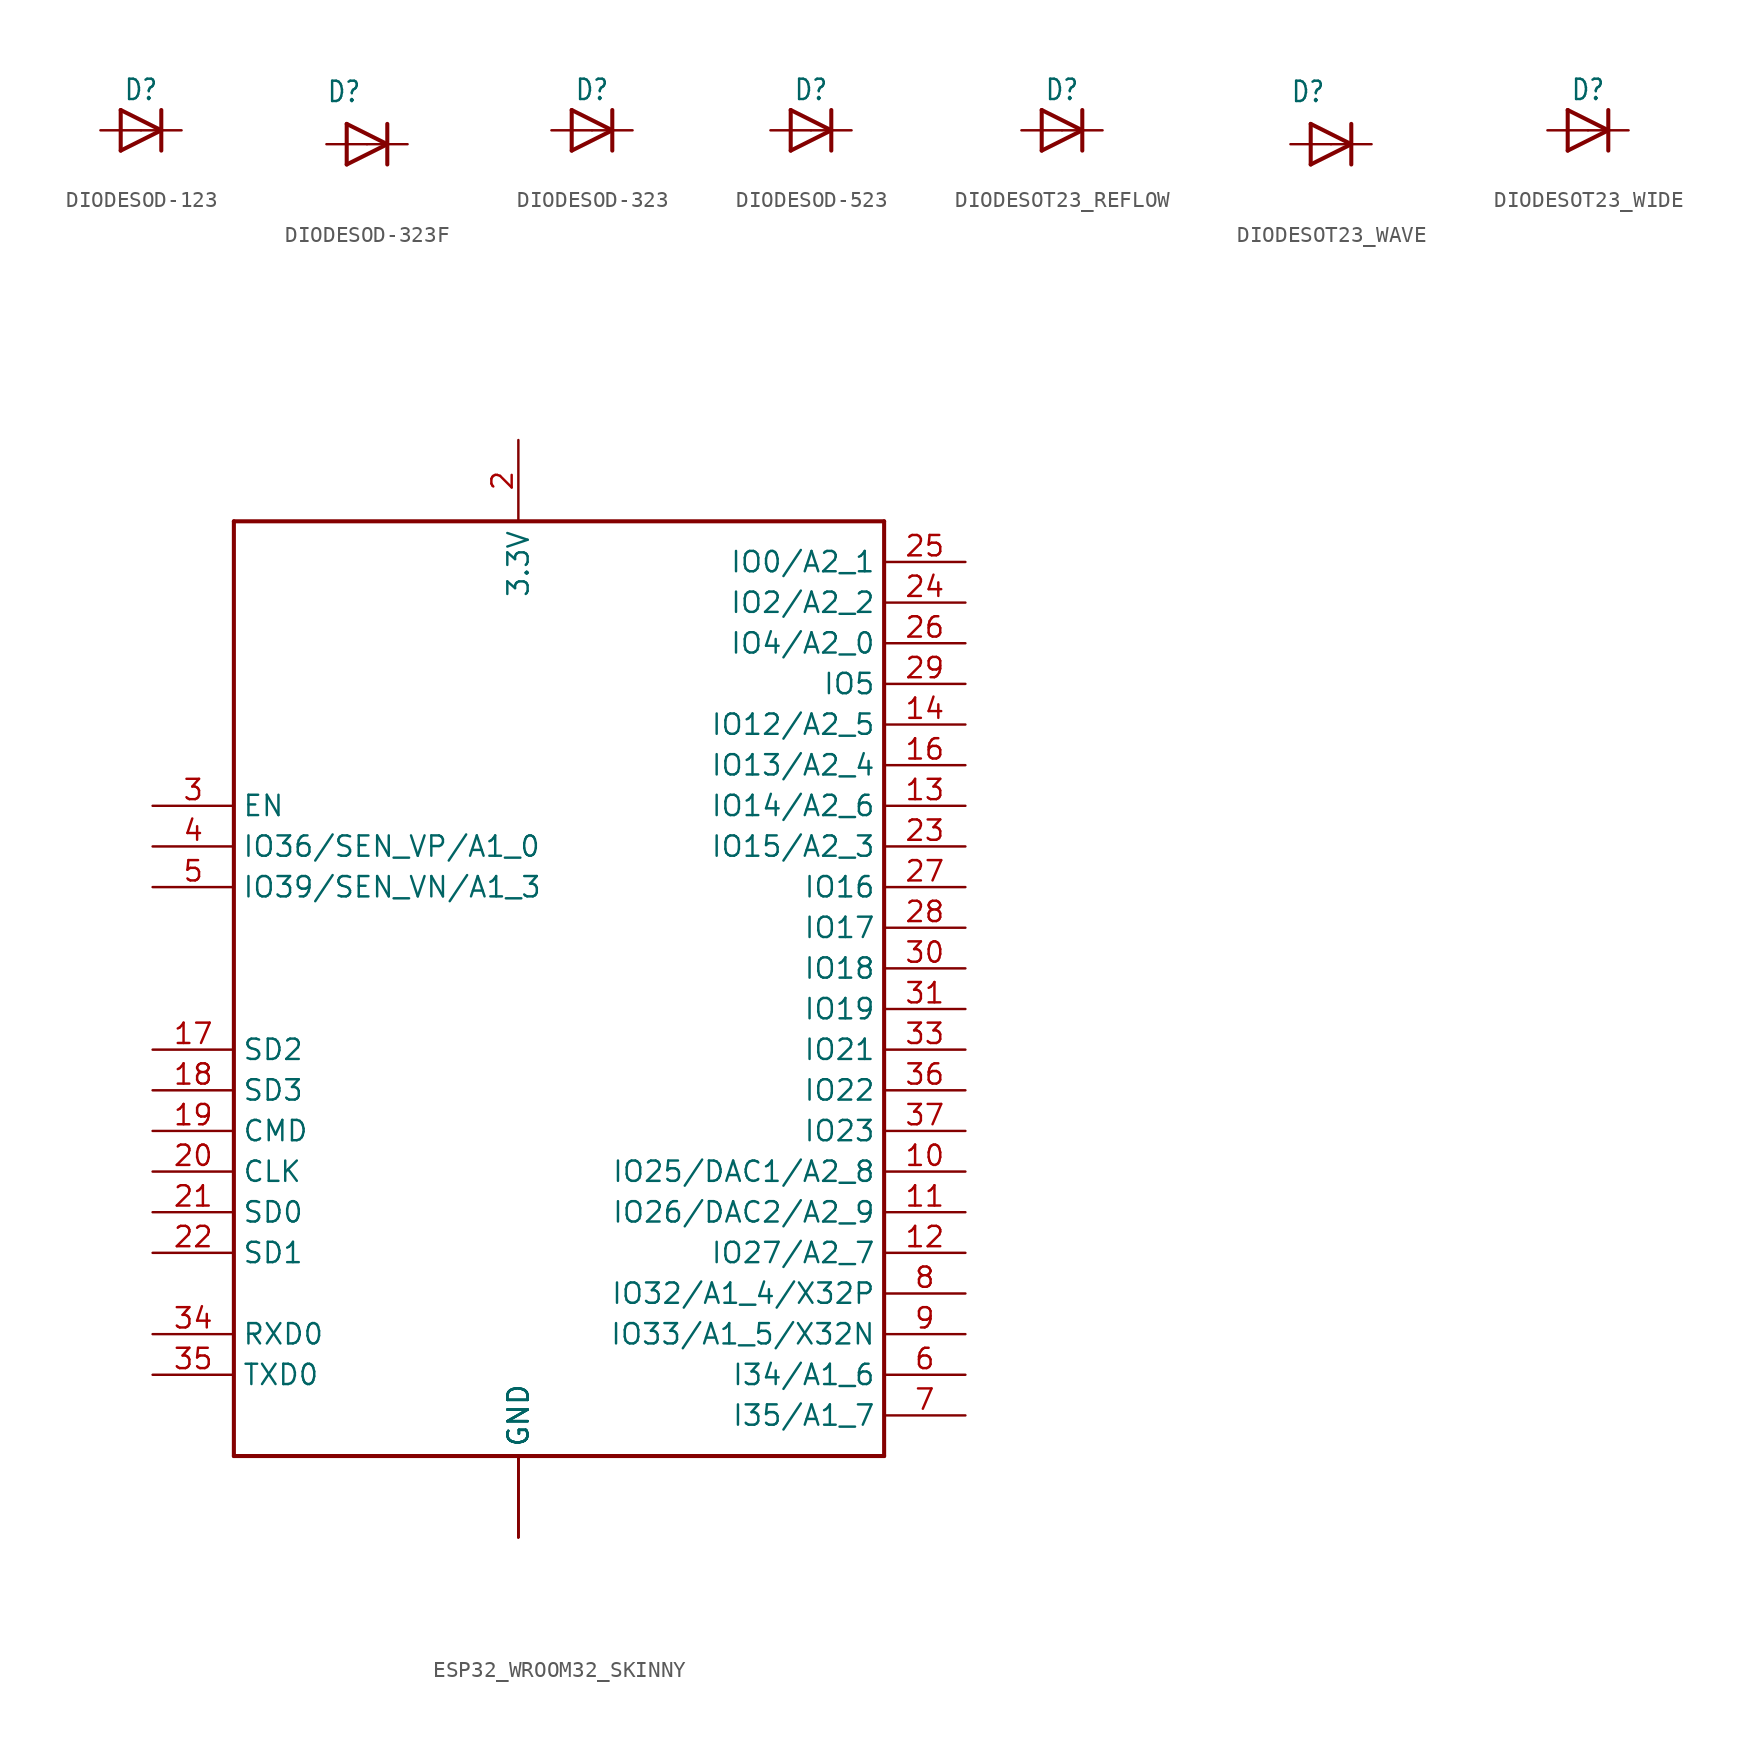
<source format=kicad_sym>
(kicad_symbol_lib
  (version 20220914)
  (generator kicad_symbol_editor)
  (symbol "DIODESOD-123"
    (property "Reference" "D"
      (at 0 2.54 0)
      (effects (font (size 1.27 1.079))))
    (property "Value" ""
      (at 0 -2.5 0)
      (effects (font (size 1.27 1.079))))
    (property "ki_locked" ""
      (at 0 0 0)
      (effects (font (size 1.27 1.27))))
    (symbol "DIODESOD-123_1_0"
      (polyline (pts (xy -1.27 -1.27) (xy 1.27 0)) (stroke (width 0.254) (type solid)) (fill (type none)))
      (polyline (pts (xy -1.27 1.27) (xy -1.27 -1.27)) (stroke (width 0.254) (type solid)) (fill (type none)))
      (polyline (pts (xy 1.27 0) (xy -1.27 1.27)) (stroke (width 0.254) (type solid)) (fill (type none)))
      (polyline (pts (xy 1.27 0) (xy 1.27 -1.27)) (stroke (width 0.254) (type solid)) (fill (type none)))
      (polyline (pts (xy 1.27 1.27) (xy 1.27 0)) (stroke (width 0.254) (type solid)) (fill (type none)))
      (pin passive line (at -2.54 0 0) (length 2.54) (name "A" (effects (font (size 0 0)))) (number "A" (effects (font (size 0 0)))))
      (pin passive line (at 2.54 0 180) (length 2.54) (name "C" (effects (font (size 0 0)))) (number "C" (effects (font (size 0 0)))))))
  (symbol "DIODESOD-323F"
    (property "Reference" "D"
      (at -2.54 2.54 0)
      (effects (font (size 1.27 1.079)) (justify left bottom)))
    (property "Value" ""
      (at -2.54 -3.81 0)
      (effects (font (size 1.27 1.079)) (justify left bottom)))
    (property "ki_locked" ""
      (at 0 0 0)
      (effects (font (size 1.27 1.27))))
    (symbol "DIODESOD-323F_1_0"
      (polyline (pts (xy -1.27 -1.27) (xy 1.27 0)) (stroke (width 0.254) (type solid)) (fill (type none)))
      (polyline (pts (xy -1.27 1.27) (xy -1.27 -1.27)) (stroke (width 0.254) (type solid)) (fill (type none)))
      (polyline (pts (xy 1.27 0) (xy -1.27 1.27)) (stroke (width 0.254) (type solid)) (fill (type none)))
      (polyline (pts (xy 1.27 0) (xy 1.27 -1.27)) (stroke (width 0.254) (type solid)) (fill (type none)))
      (polyline (pts (xy 1.27 1.27) (xy 1.27 0)) (stroke (width 0.254) (type solid)) (fill (type none)))
      (pin passive line (at -2.54 0 0) (length 2.54) (name "A" (effects (font (size 0 0)))) (number "A" (effects (font (size 0 0)))))
      (pin passive line (at 2.54 0 180) (length 2.54) (name "C" (effects (font (size 0 0)))) (number "C" (effects (font (size 0 0)))))))
  (symbol "DIODESOD-323"
    (property "Reference" "D"
      (at 0 2.54 0)
      (effects (font (size 1.27 1.079))))
    (property "Value" ""
      (at 0 -2.5 0)
      (effects (font (size 1.27 1.079))))
    (property "ki_locked" ""
      (at 0 0 0)
      (effects (font (size 1.27 1.27))))
    (symbol "DIODESOD-323_1_0"
      (polyline (pts (xy -1.27 -1.27) (xy 1.27 0)) (stroke (width 0.254) (type solid)) (fill (type none)))
      (polyline (pts (xy -1.27 1.27) (xy -1.27 -1.27)) (stroke (width 0.254) (type solid)) (fill (type none)))
      (polyline (pts (xy 1.27 0) (xy -1.27 1.27)) (stroke (width 0.254) (type solid)) (fill (type none)))
      (polyline (pts (xy 1.27 0) (xy 1.27 -1.27)) (stroke (width 0.254) (type solid)) (fill (type none)))
      (polyline (pts (xy 1.27 1.27) (xy 1.27 0)) (stroke (width 0.254) (type solid)) (fill (type none)))
      (pin passive line (at -2.54 0 0) (length 2.54) (name "A" (effects (font (size 0 0)))) (number "A" (effects (font (size 0 0)))))
      (pin passive line (at 2.54 0 180) (length 2.54) (name "C" (effects (font (size 0 0)))) (number "C" (effects (font (size 0 0)))))))
  (symbol "DIODESOD-523"
    (property "Reference" "D"
      (at 0 2.54 0)
      (effects (font (size 1.27 1.079))))
    (property "Value" ""
      (at 0 -2.5 0)
      (effects (font (size 1.27 1.079))))
    (property "ki_locked" ""
      (at 0 0 0)
      (effects (font (size 1.27 1.27))))
    (symbol "DIODESOD-523_1_0"
      (polyline (pts (xy -1.27 -1.27) (xy 1.27 0)) (stroke (width 0.254) (type solid)) (fill (type none)))
      (polyline (pts (xy -1.27 1.27) (xy -1.27 -1.27)) (stroke (width 0.254) (type solid)) (fill (type none)))
      (polyline (pts (xy 1.27 0) (xy -1.27 1.27)) (stroke (width 0.254) (type solid)) (fill (type none)))
      (polyline (pts (xy 1.27 0) (xy 1.27 -1.27)) (stroke (width 0.254) (type solid)) (fill (type none)))
      (polyline (pts (xy 1.27 1.27) (xy 1.27 0)) (stroke (width 0.254) (type solid)) (fill (type none)))
      (pin passive line (at -2.54 0 0) (length 2.54) (name "A" (effects (font (size 0 0)))) (number "A" (effects (font (size 0 0)))))
      (pin passive line (at 2.54 0 180) (length 2.54) (name "C" (effects (font (size 0 0)))) (number "K" (effects (font (size 0 0)))))))
  (symbol "DIODESOT23_REFLOW"
    (property "Reference" "D"
      (at 0 2.54 0)
      (effects (font (size 1.27 1.079))))
    (property "Value" ""
      (at 0 -2.5 0)
      (effects (font (size 1.27 1.079))))
    (property "ki_locked" ""
      (at 0 0 0)
      (effects (font (size 1.27 1.27))))
    (symbol "DIODESOT23_REFLOW_1_0"
      (polyline (pts (xy -1.27 -1.27) (xy 1.27 0)) (stroke (width 0.254) (type solid)) (fill (type none)))
      (polyline (pts (xy -1.27 1.27) (xy -1.27 -1.27)) (stroke (width 0.254) (type solid)) (fill (type none)))
      (polyline (pts (xy 1.27 0) (xy -1.27 1.27)) (stroke (width 0.254) (type solid)) (fill (type none)))
      (polyline (pts (xy 1.27 0) (xy 1.27 -1.27)) (stroke (width 0.254) (type solid)) (fill (type none)))
      (polyline (pts (xy 1.27 1.27) (xy 1.27 0)) (stroke (width 0.254) (type solid)) (fill (type none)))
      (pin passive line (at -2.54 0 0) (length 2.54) (name "A" (effects (font (size 0 0)))) (number "1" (effects (font (size 0 0)))))
      (pin passive line (at 2.54 0 180) (length 2.54) (name "C" (effects (font (size 0 0)))) (number "3" (effects (font (size 0 0)))))))
  (symbol "DIODESOT23_WAVE"
    (property "Reference" "D"
      (at -2.54 2.54 0)
      (effects (font (size 1.27 1.079)) (justify left bottom)))
    (property "Value" ""
      (at -2.54 -3.81 0)
      (effects (font (size 1.27 1.079)) (justify left bottom)))
    (property "ki_locked" ""
      (at 0 0 0)
      (effects (font (size 1.27 1.27))))
    (symbol "DIODESOT23_WAVE_1_0"
      (polyline (pts (xy -1.27 -1.27) (xy 1.27 0)) (stroke (width 0.254) (type solid)) (fill (type none)))
      (polyline (pts (xy -1.27 1.27) (xy -1.27 -1.27)) (stroke (width 0.254) (type solid)) (fill (type none)))
      (polyline (pts (xy 1.27 0) (xy -1.27 1.27)) (stroke (width 0.254) (type solid)) (fill (type none)))
      (polyline (pts (xy 1.27 0) (xy 1.27 -1.27)) (stroke (width 0.254) (type solid)) (fill (type none)))
      (polyline (pts (xy 1.27 1.27) (xy 1.27 0)) (stroke (width 0.254) (type solid)) (fill (type none)))
      (pin passive line (at -2.54 0 0) (length 2.54) (name "A" (effects (font (size 0 0)))) (number "1" (effects (font (size 0 0)))))
      (pin passive line (at 2.54 0 180) (length 2.54) (name "C" (effects (font (size 0 0)))) (number "3" (effects (font (size 0 0)))))))
  (symbol "DIODESOT23_WIDE"
    (property "Reference" "D"
      (at 0 2.54 0)
      (effects (font (size 1.27 1.079))))
    (property "Value" ""
      (at 0 -2.5 0)
      (effects (font (size 1.27 1.079))))
    (property "ki_locked" ""
      (at 0 0 0)
      (effects (font (size 1.27 1.27))))
    (symbol "DIODESOT23_WIDE_1_0"
      (polyline (pts (xy -1.27 -1.27) (xy 1.27 0)) (stroke (width 0.254) (type solid)) (fill (type none)))
      (polyline (pts (xy -1.27 1.27) (xy -1.27 -1.27)) (stroke (width 0.254) (type solid)) (fill (type none)))
      (polyline (pts (xy 1.27 0) (xy -1.27 1.27)) (stroke (width 0.254) (type solid)) (fill (type none)))
      (polyline (pts (xy 1.27 0) (xy 1.27 -1.27)) (stroke (width 0.254) (type solid)) (fill (type none)))
      (polyline (pts (xy 1.27 1.27) (xy 1.27 0)) (stroke (width 0.254) (type solid)) (fill (type none)))
      (pin passive line (at -2.54 0 0) (length 2.54) (name "A" (effects (font (size 0 0)))) (number "1" (effects (font (size 0 0)))))
      (pin passive line (at 2.54 0 180) (length 2.54) (name "C" (effects (font (size 0 0)))) (number "3" (effects (font (size 0 0)))))))
  (symbol "ESP32_WROOM32_SKINNY"
    (property "Reference" "X"
      (at 0 0 0)
      (effects (font (size 1.27 1.27)) hide))
    (property "ki_locked" ""
      (at 0 0 0)
      (effects (font (size 1.27 1.27))))
    (symbol "ESP32_WROOM32_SKINNY_1_0"
      (polyline (pts (xy -17.78 -22.86) (xy -17.78 35.56)) (stroke (width 0.254) (type solid)) (fill (type none)))
      (polyline (pts (xy -17.78 35.56) (xy 22.86 35.56)) (stroke (width 0.254) (type solid)) (fill (type none)))
      (polyline (pts (xy 22.86 -22.86) (xy -17.78 -22.86)) (stroke (width 0.254) (type solid)) (fill (type none)))
      (polyline (pts (xy 22.86 35.56) (xy 22.86 -22.86)) (stroke (width 0.254) (type solid)) (fill (type none)))
      (pin passive line (at 0 -27.94 90) (length 5.08) (name "GND" (effects (font (size 1.27 1.27)))) (number "1" (effects (font (size 0 0)))))
      (pin bidirectional line (at 27.94 -5.08 180) (length 5.08) (name "IO25/DAC1/A2_8" (effects (font (size 1.27 1.27)))) (number "10" (effects (font (size 1.27 1.27)))))
      (pin bidirectional line (at 27.94 -7.62 180) (length 5.08) (name "IO26/DAC2/A2_9" (effects (font (size 1.27 1.27)))) (number "11" (effects (font (size 1.27 1.27)))))
      (pin bidirectional line (at 27.94 -10.16 180) (length 5.08) (name "IO27/A2_7" (effects (font (size 1.27 1.27)))) (number "12" (effects (font (size 1.27 1.27)))))
      (pin bidirectional line (at 27.94 17.78 180) (length 5.08) (name "IO14/A2_6" (effects (font (size 1.27 1.27)))) (number "13" (effects (font (size 1.27 1.27)))))
      (pin bidirectional line (at 27.94 22.86 180) (length 5.08) (name "IO12/A2_5" (effects (font (size 1.27 1.27)))) (number "14" (effects (font (size 1.27 1.27)))))
      (pin passive line (at 0 -27.94 90) (length 5.08) (name "GND" (effects (font (size 1.27 1.27)))) (number "15" (effects (font (size 0 0)))))
      (pin bidirectional line (at 27.94 20.32 180) (length 5.08) (name "IO13/A2_4" (effects (font (size 1.27 1.27)))) (number "16" (effects (font (size 1.27 1.27)))))
      (pin bidirectional line (at -22.86 2.54 0) (length 5.08) (name "SD2" (effects (font (size 1.27 1.27)))) (number "17" (effects (font (size 1.27 1.27)))))
      (pin bidirectional line (at -22.86 0 0) (length 5.08) (name "SD3" (effects (font (size 1.27 1.27)))) (number "18" (effects (font (size 1.27 1.27)))))
      (pin bidirectional line (at -22.86 -2.54 0) (length 5.08) (name "CMD" (effects (font (size 1.27 1.27)))) (number "19" (effects (font (size 1.27 1.27)))))
      (pin passive line (at 0 40.64 270) (length 5.08) (name "3.3V" (effects (font (size 1.27 1.27)))) (number "2" (effects (font (size 1.27 1.27)))))
      (pin bidirectional line (at -22.86 -5.08 0) (length 5.08) (name "CLK" (effects (font (size 1.27 1.27)))) (number "20" (effects (font (size 1.27 1.27)))))
      (pin bidirectional line (at -22.86 -7.62 0) (length 5.08) (name "SD0" (effects (font (size 1.27 1.27)))) (number "21" (effects (font (size 1.27 1.27)))))
      (pin bidirectional line (at -22.86 -10.16 0) (length 5.08) (name "SD1" (effects (font (size 1.27 1.27)))) (number "22" (effects (font (size 1.27 1.27)))))
      (pin bidirectional line (at 27.94 15.24 180) (length 5.08) (name "IO15/A2_3" (effects (font (size 1.27 1.27)))) (number "23" (effects (font (size 1.27 1.27)))))
      (pin bidirectional line (at 27.94 30.48 180) (length 5.08) (name "IO2/A2_2" (effects (font (size 1.27 1.27)))) (number "24" (effects (font (size 1.27 1.27)))))
      (pin bidirectional line (at 27.94 33.02 180) (length 5.08) (name "IO0/A2_1" (effects (font (size 1.27 1.27)))) (number "25" (effects (font (size 1.27 1.27)))))
      (pin bidirectional line (at 27.94 27.94 180) (length 5.08) (name "IO4/A2_0" (effects (font (size 1.27 1.27)))) (number "26" (effects (font (size 1.27 1.27)))))
      (pin bidirectional line (at 27.94 12.7 180) (length 5.08) (name "IO16" (effects (font (size 1.27 1.27)))) (number "27" (effects (font (size 1.27 1.27)))))
      (pin bidirectional line (at 27.94 10.16 180) (length 5.08) (name "IO17" (effects (font (size 1.27 1.27)))) (number "28" (effects (font (size 1.27 1.27)))))
      (pin bidirectional line (at 27.94 25.4 180) (length 5.08) (name "IO5" (effects (font (size 1.27 1.27)))) (number "29" (effects (font (size 1.27 1.27)))))
      (pin input line (at -22.86 17.78 0) (length 5.08) (name "EN" (effects (font (size 1.27 1.27)))) (number "3" (effects (font (size 1.27 1.27)))))
      (pin bidirectional line (at 27.94 7.62 180) (length 5.08) (name "IO18" (effects (font (size 1.27 1.27)))) (number "30" (effects (font (size 1.27 1.27)))))
      (pin bidirectional line (at 27.94 5.08 180) (length 5.08) (name "IO19" (effects (font (size 1.27 1.27)))) (number "31" (effects (font (size 1.27 1.27)))))
      (pin bidirectional line (at 27.94 2.54 180) (length 5.08) (name "IO21" (effects (font (size 1.27 1.27)))) (number "33" (effects (font (size 1.27 1.27)))))
      (pin input line (at -22.86 -15.24 0) (length 5.08) (name "RXD0" (effects (font (size 1.27 1.27)))) (number "34" (effects (font (size 1.27 1.27)))))
      (pin output line (at -22.86 -17.78 0) (length 5.08) (name "TXD0" (effects (font (size 1.27 1.27)))) (number "35" (effects (font (size 1.27 1.27)))))
      (pin bidirectional line (at 27.94 0 180) (length 5.08) (name "IO22" (effects (font (size 1.27 1.27)))) (number "36" (effects (font (size 1.27 1.27)))))
      (pin bidirectional line (at 27.94 -2.54 180) (length 5.08) (name "IO23" (effects (font (size 1.27 1.27)))) (number "37" (effects (font (size 1.27 1.27)))))
      (pin passive line (at 0 -27.94 90) (length 5.08) (name "GND" (effects (font (size 1.27 1.27)))) (number "38" (effects (font (size 0 0)))))
      (pin passive line (at -22.86 15.24 0) (length 5.08) (name "IO36/SEN_VP/A1_0" (effects (font (size 1.27 1.27)))) (number "4" (effects (font (size 1.27 1.27)))))
      (pin passive line (at -22.86 12.7 0) (length 5.08) (name "IO39/SEN_VN/A1_3" (effects (font (size 1.27 1.27)))) (number "5" (effects (font (size 1.27 1.27)))))
      (pin bidirectional line (at 27.94 -17.78 180) (length 5.08) (name "I34/A1_6" (effects (font (size 1.27 1.27)))) (number "6" (effects (font (size 1.27 1.27)))))
      (pin bidirectional line (at 27.94 -20.32 180) (length 5.08) (name "I35/A1_7" (effects (font (size 1.27 1.27)))) (number "7" (effects (font (size 1.27 1.27)))))
      (pin bidirectional line (at 27.94 -12.7 180) (length 5.08) (name "IO32/A1_4/X32P" (effects (font (size 1.27 1.27)))) (number "8" (effects (font (size 1.27 1.27)))))
      (pin bidirectional line (at 27.94 -15.24 180) (length 5.08) (name "IO33/A1_5/X32N" (effects (font (size 1.27 1.27)))) (number "9" (effects (font (size 1.27 1.27)))))
      (pin passive line (at 0 -27.94 90) (length 5.08) (name "GND" (effects (font (size 1.27 1.27)))) (number "P$1" (effects (font (size 0 0))))))))
</source>
